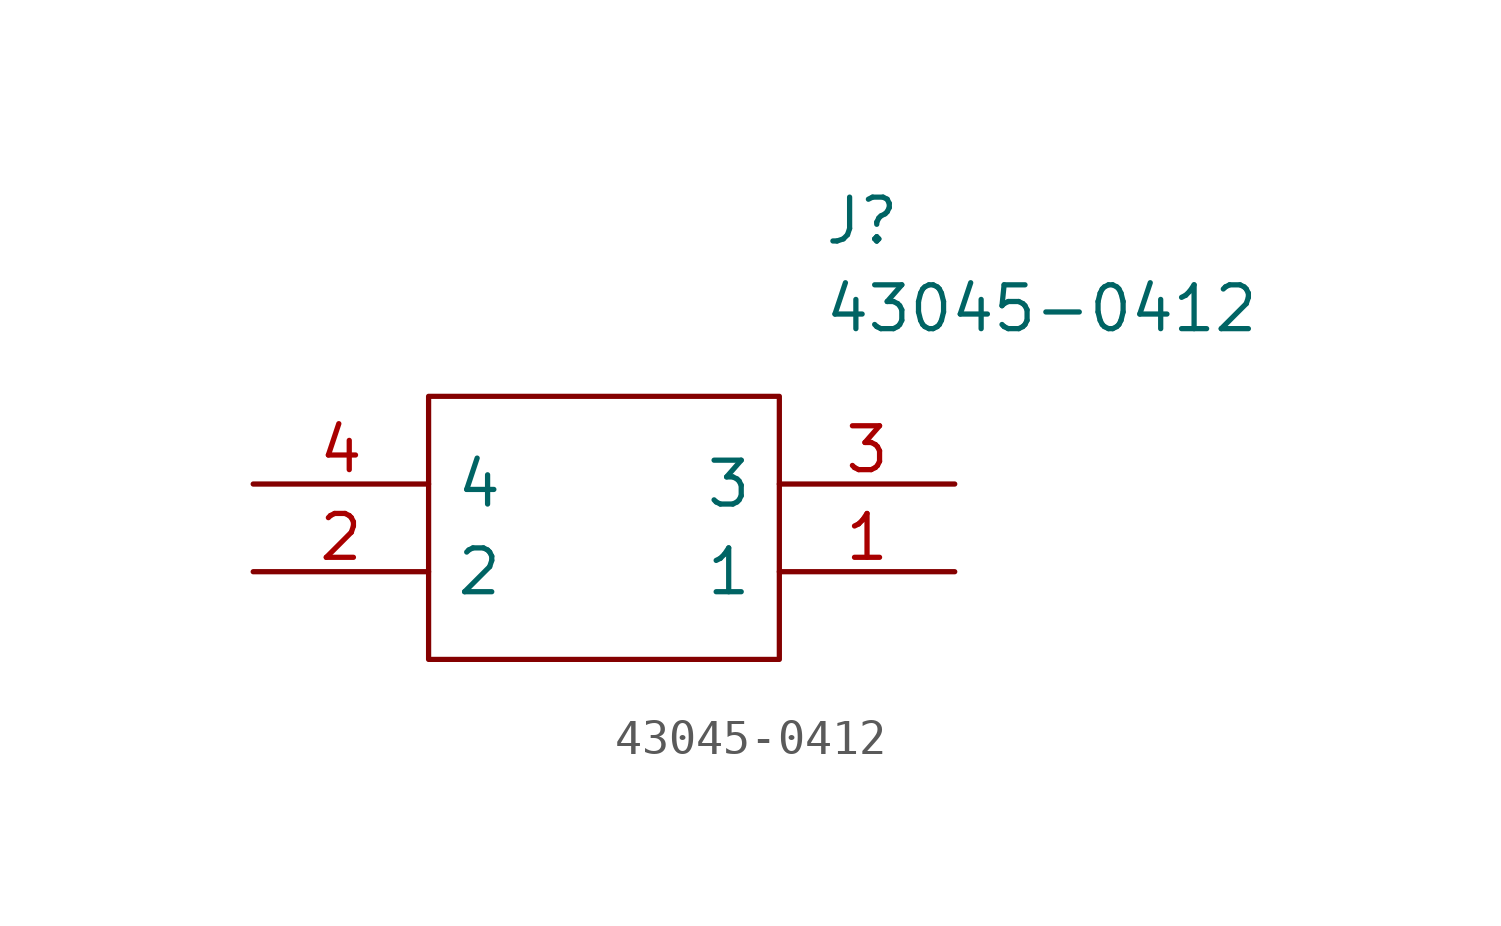
<source format=kicad_sym>
(kicad_symbol_lib
  (version 20211014)
  (generator kicad_symbol_editor)
  (symbol "43045-0412"
    (pin_names
      (offset 0.762))
    (property "Reference" "J"
      (at 16.51 7.62 0)
      (effects (font (size 1.27 1.27)) (justify left)))
    (property "Value" "43045-0412"
      (at 16.51 5.08 0)
      (effects (font (size 1.27 1.27)) (justify left)))
    (symbol "43045-0412_0_0"
      (pin passive line (at 20.32 -2.54 180) (length 5.08) (name "1" (effects (font (size 1.27 1.27)))) (number "1" (effects (font (size 1.27 1.27)))))
      (pin passive line (at 0 -2.54 0) (length 5.08) (name "2" (effects (font (size 1.27 1.27)))) (number "2" (effects (font (size 1.27 1.27)))))
      (pin passive line (at 20.32 0 180) (length 5.08) (name "3" (effects (font (size 1.27 1.27)))) (number "3" (effects (font (size 1.27 1.27)))))
      (pin passive line (at 0 0 0) (length 5.08) (name "4" (effects (font (size 1.27 1.27)))) (number "4" (effects (font (size 1.27 1.27))))))
    (symbol "43045-0412_0_1"
      (polyline (pts (xy 5.08 2.54) (xy 15.24 2.54) (xy 15.24 -5.08) (xy 5.08 -5.08) (xy 5.08 2.54)) (stroke (width 0.152) (type default) (color 0 0 0 0)) (fill (type none))))))
</source>
